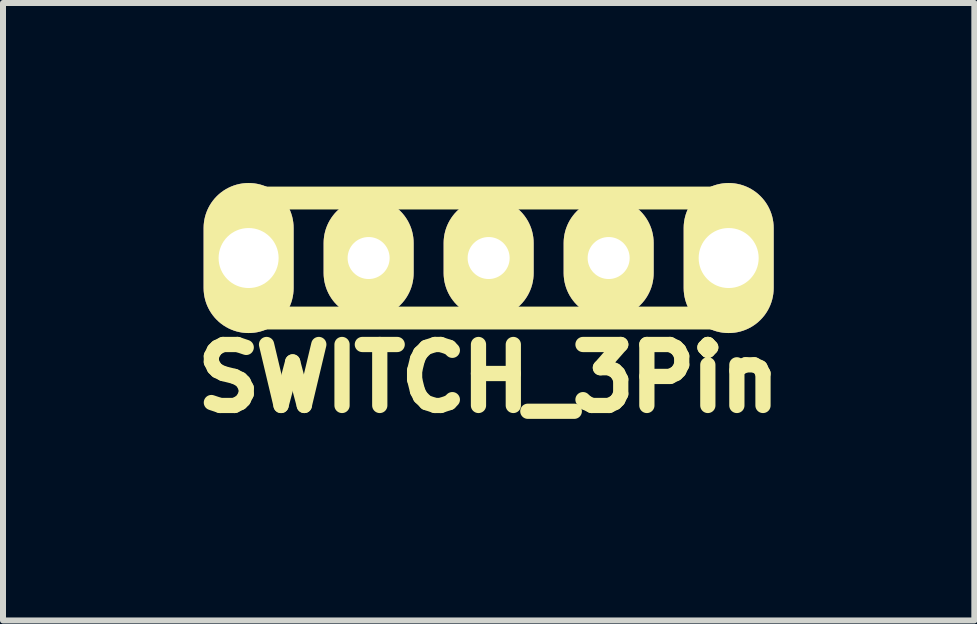
<source format=kicad_pcb>
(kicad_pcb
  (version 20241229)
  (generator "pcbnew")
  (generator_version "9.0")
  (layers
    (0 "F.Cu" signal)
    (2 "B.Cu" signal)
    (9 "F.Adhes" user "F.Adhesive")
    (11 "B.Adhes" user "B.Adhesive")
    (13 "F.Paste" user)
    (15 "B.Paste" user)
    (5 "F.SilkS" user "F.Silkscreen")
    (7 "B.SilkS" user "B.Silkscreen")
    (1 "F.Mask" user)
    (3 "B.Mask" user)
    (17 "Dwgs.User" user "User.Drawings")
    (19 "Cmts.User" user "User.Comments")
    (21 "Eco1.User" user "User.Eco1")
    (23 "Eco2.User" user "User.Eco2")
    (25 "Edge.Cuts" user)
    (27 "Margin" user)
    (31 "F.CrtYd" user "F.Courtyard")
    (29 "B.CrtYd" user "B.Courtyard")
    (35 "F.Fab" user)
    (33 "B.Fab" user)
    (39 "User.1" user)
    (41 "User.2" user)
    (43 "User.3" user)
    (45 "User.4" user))
  (footprint "SWITCH_3Pin"
    (layer "F.Cu")
    (at 5.093 1.25)
    (property "Reference" "SWITCH_3Pin" (at 0 2 0) (layer "F.SilkS") (effects (font (size 1.016 1.016) (thickness 0.254))))
    (attr through_hole)
    (fp_line (start -4 1) (end -4 -1) (stroke (width 0.381) (type solid)) (layer "F.SilkS"))
    (fp_line (start 4 -1) (end -4 -1) (stroke (width 0.381) (type solid)) (layer "F.SilkS"))
    (fp_line (start 4 -1) (end 4 1) (stroke (width 0.381) (type solid)) (layer "F.SilkS"))
    (fp_line (start 4 1) (end -4 1) (stroke (width 0.381) (type solid)) (layer "F.SilkS"))
    (pad "" thru_hole oval (at -4 0) (size 1.5 2.5) (drill 1) (layers "*.Cu" "*.Mask" "F.SilkS"))
    (pad "" thru_hole oval (at 4 0) (size 1.5 2.5) (drill 1) (layers "*.Cu" "*.Mask" "F.SilkS"))
    (pad "1" thru_hole oval (at -2 0) (size 1.5 2) (drill 0.7) (layers "*.Cu" "*.Mask" "F.SilkS"))
    (pad "2" thru_hole oval (at 0 0) (size 1.5 2) (drill 0.7) (layers "*.Cu" "*.Mask" "F.SilkS"))
    (pad "3" thru_hole oval (at 2 0) (size 1.5 2) (drill 0.7) (layers "*.Cu" "*.Mask" "F.SilkS")))
  (gr_rect
    (start -3 -3)
    (end 13.187 7.29)
    (stroke (width 0.1) (type default))
    (fill no)
    (layer "Edge.Cuts")))
</source>
